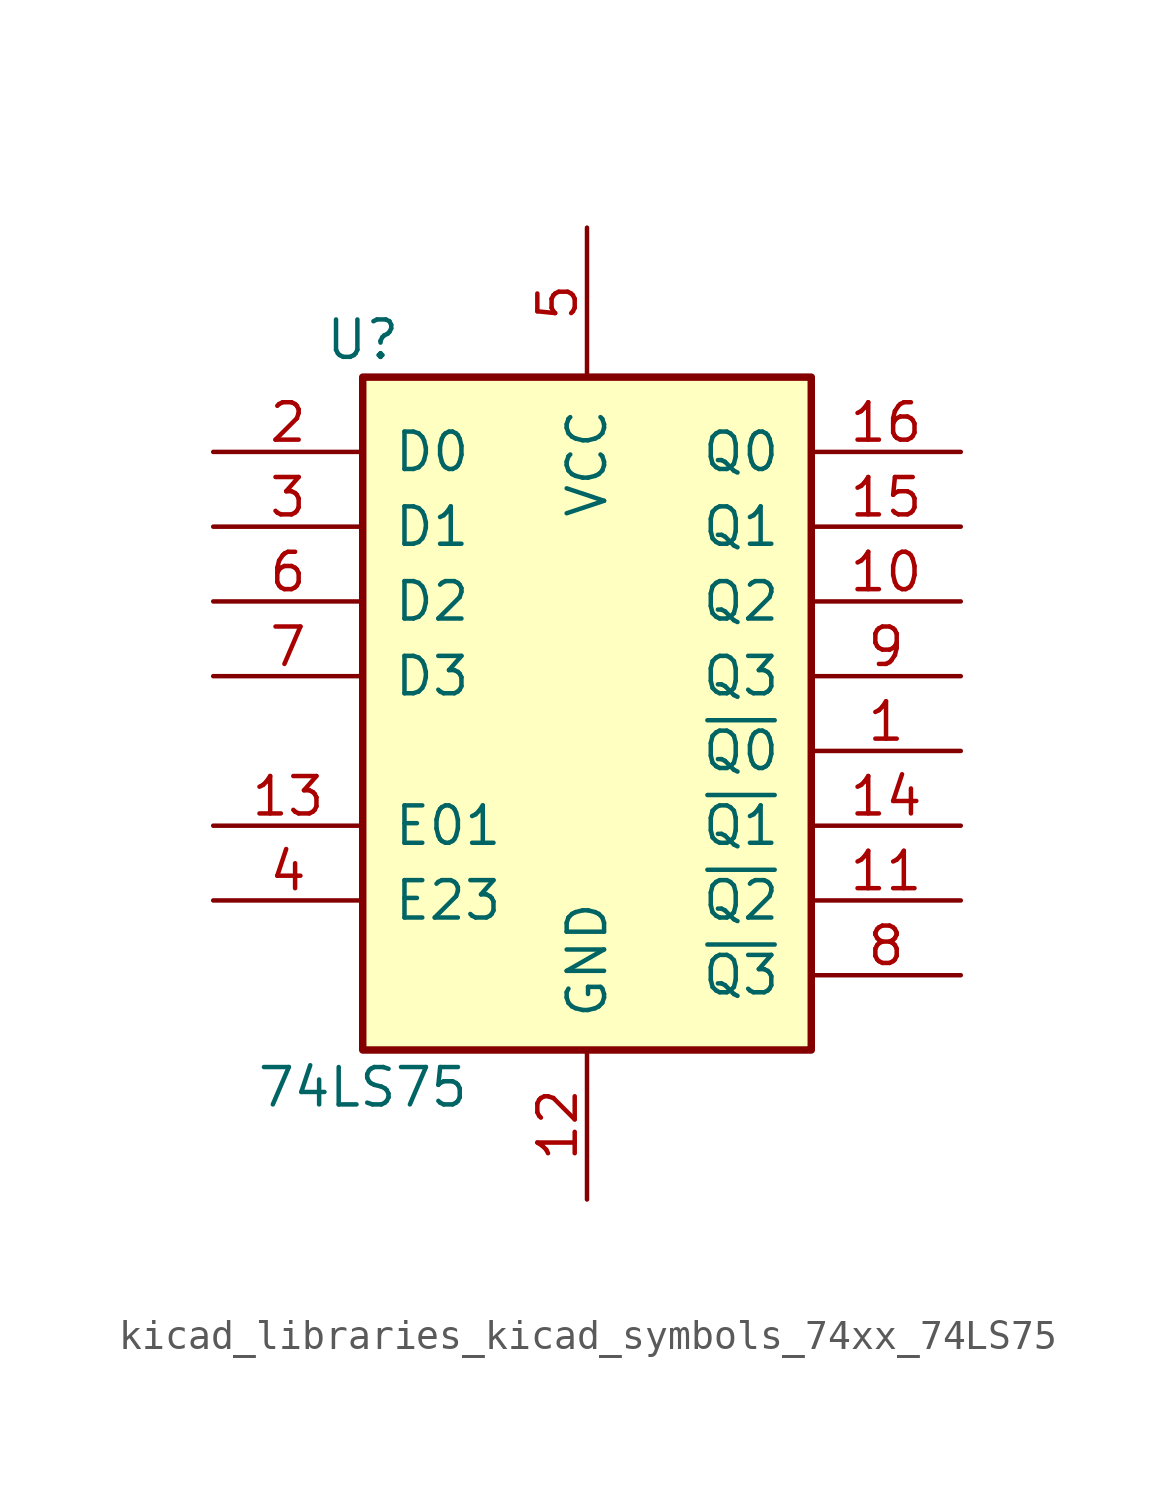
<source format=kicad_sym>
(kicad_symbol_lib
  (version 20220914)
  (generator kicad_symbol_editor)
  (symbol "kicad_libraries_kicad_symbols_74xx_74LS75"
    (pin_names
      (offset 1.016))
    (property "Reference" "U"
      (at -7.62 11.43 0)
      (effects (font (size 1.27 1.27))))
    (property "Value" "74LS75"
      (at -7.62 -13.97 0)
      (effects (font (size 1.27 1.27))))
    (property "ki_locked" ""
      (at 0 0 0)
      (effects (font (size 1.27 1.27))))
    (symbol "kicad_libraries_kicad_symbols_74xx_74LS75_1_0"
      (pin output line (at 12.7 -2.54 180) (length 5.08) (name "~{Q0}" (effects (font (size 1.27 1.27)))) (number "1" (effects (font (size 1.27 1.27)))))
      (pin output line (at 12.7 2.54 180) (length 5.08) (name "Q2" (effects (font (size 1.27 1.27)))) (number "10" (effects (font (size 1.27 1.27)))))
      (pin output line (at 12.7 -7.62 180) (length 5.08) (name "~{Q2}" (effects (font (size 1.27 1.27)))) (number "11" (effects (font (size 1.27 1.27)))))
      (pin power_in line (at 0 -17.78 90) (length 5.08) (name "GND" (effects (font (size 1.27 1.27)))) (number "12" (effects (font (size 1.27 1.27)))))
      (pin input line (at -12.7 -5.08 0) (length 5.08) (name "E01" (effects (font (size 1.27 1.27)))) (number "13" (effects (font (size 1.27 1.27)))))
      (pin output line (at 12.7 -5.08 180) (length 5.08) (name "~{Q1}" (effects (font (size 1.27 1.27)))) (number "14" (effects (font (size 1.27 1.27)))))
      (pin output line (at 12.7 5.08 180) (length 5.08) (name "Q1" (effects (font (size 1.27 1.27)))) (number "15" (effects (font (size 1.27 1.27)))))
      (pin output line (at 12.7 7.62 180) (length 5.08) (name "Q0" (effects (font (size 1.27 1.27)))) (number "16" (effects (font (size 1.27 1.27)))))
      (pin input line (at -12.7 7.62 0) (length 5.08) (name "D0" (effects (font (size 1.27 1.27)))) (number "2" (effects (font (size 1.27 1.27)))))
      (pin input line (at -12.7 5.08 0) (length 5.08) (name "D1" (effects (font (size 1.27 1.27)))) (number "3" (effects (font (size 1.27 1.27)))))
      (pin input line (at -12.7 -7.62 0) (length 5.08) (name "E23" (effects (font (size 1.27 1.27)))) (number "4" (effects (font (size 1.27 1.27)))))
      (pin power_in line (at 0 15.24 270) (length 5.08) (name "VCC" (effects (font (size 1.27 1.27)))) (number "5" (effects (font (size 1.27 1.27)))))
      (pin input line (at -12.7 2.54 0) (length 5.08) (name "D2" (effects (font (size 1.27 1.27)))) (number "6" (effects (font (size 1.27 1.27)))))
      (pin input line (at -12.7 0 0) (length 5.08) (name "D3" (effects (font (size 1.27 1.27)))) (number "7" (effects (font (size 1.27 1.27)))))
      (pin output line (at 12.7 -10.16 180) (length 5.08) (name "~{Q3}" (effects (font (size 1.27 1.27)))) (number "8" (effects (font (size 1.27 1.27)))))
      (pin output line (at 12.7 0 180) (length 5.08) (name "Q3" (effects (font (size 1.27 1.27)))) (number "9" (effects (font (size 1.27 1.27))))))
    (symbol "kicad_libraries_kicad_symbols_74xx_74LS75_1_1"
      (rectangle (start -7.62 10.16) (end 7.62 -12.7) (stroke (width 0.254) (type default)) (fill (type background))))))
</source>
